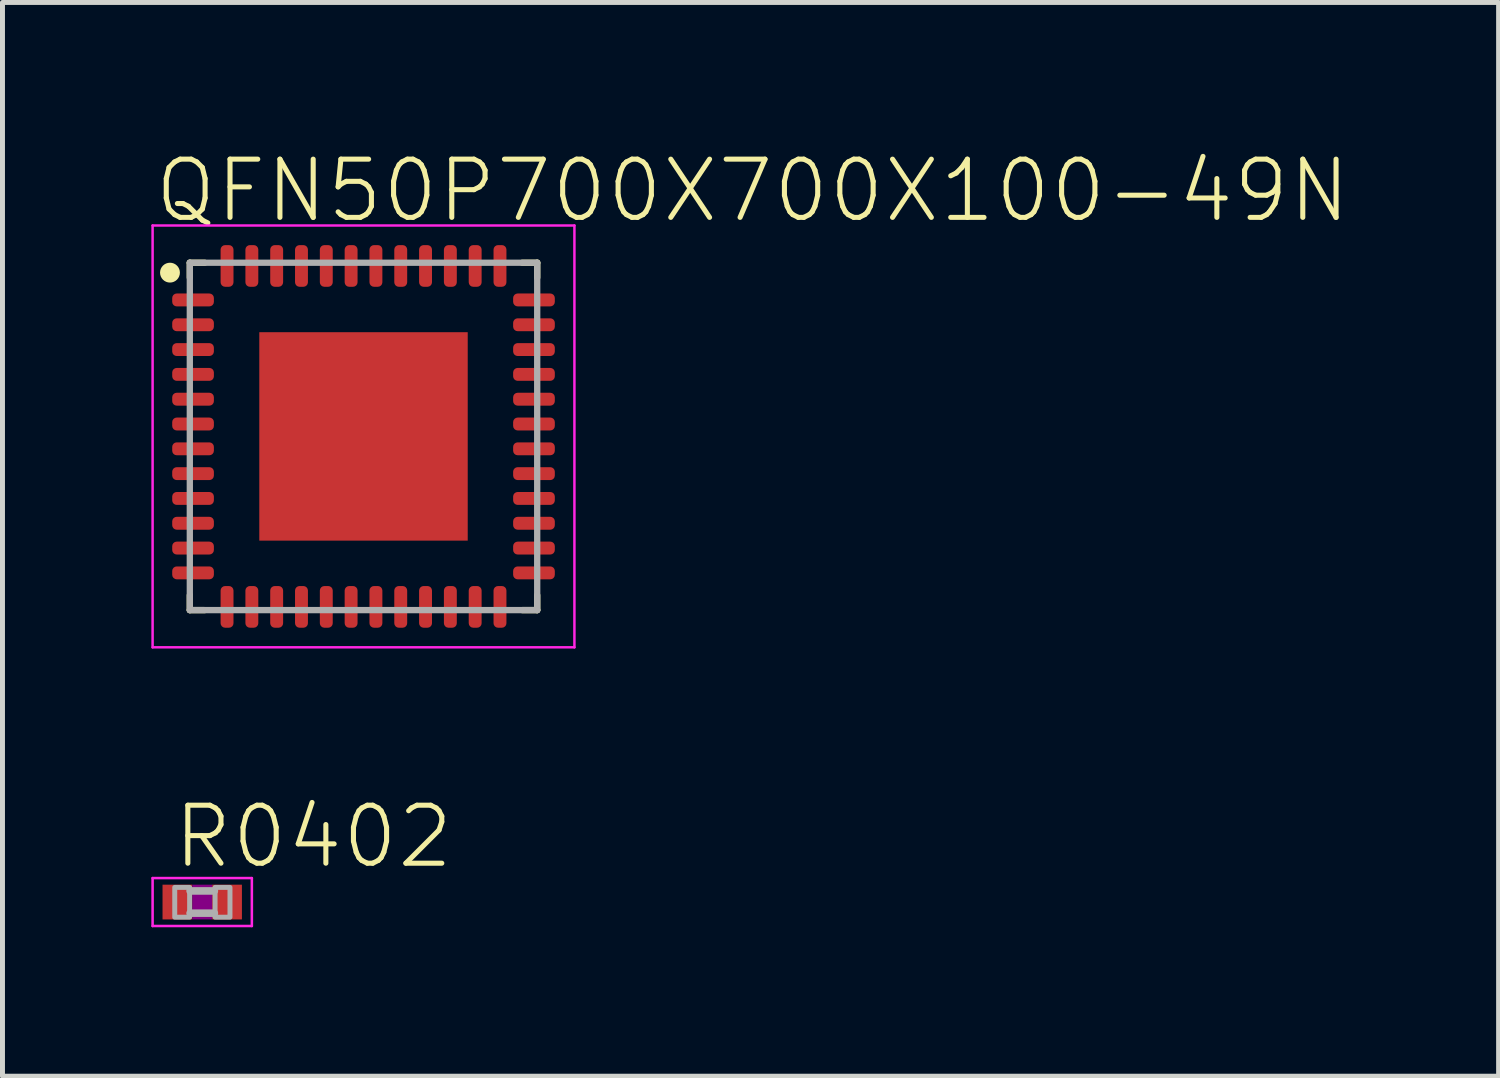
<source format=kicad_pcb>
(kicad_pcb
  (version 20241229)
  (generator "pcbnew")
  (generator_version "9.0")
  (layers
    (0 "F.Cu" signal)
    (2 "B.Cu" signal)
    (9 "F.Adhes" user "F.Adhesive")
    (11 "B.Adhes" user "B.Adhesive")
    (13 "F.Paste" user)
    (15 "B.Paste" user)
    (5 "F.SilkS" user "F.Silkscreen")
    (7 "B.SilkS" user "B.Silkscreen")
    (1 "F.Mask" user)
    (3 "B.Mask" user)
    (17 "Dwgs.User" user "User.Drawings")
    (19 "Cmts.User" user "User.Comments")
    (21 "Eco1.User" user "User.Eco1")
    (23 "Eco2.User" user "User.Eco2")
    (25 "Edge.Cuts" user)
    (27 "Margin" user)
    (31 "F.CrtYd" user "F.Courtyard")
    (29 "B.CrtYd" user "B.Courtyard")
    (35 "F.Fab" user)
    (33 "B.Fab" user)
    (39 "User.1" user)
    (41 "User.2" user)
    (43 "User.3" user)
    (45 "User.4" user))
  (footprint "QFN50P700X700X100-49N"
    (layer "F.Cu")
    (at 4.275 5.744)
    (property "Reference" "QFN50P700X700X100-49N" (at -4.265 -4.265 0) (unlocked yes) (layer "F.SilkS") (effects (font (size 1.173 1.173) (thickness 0.102)) (justify left bottom)))
    (fp_line (start -3.5 -3.5) (end -3.5 -3.2) (stroke (width 0.127) (type solid)) (layer "F.SilkS"))
    (fp_line (start -3.5 -3.5) (end -3.2 -3.5) (stroke (width 0.127) (type solid)) (layer "F.SilkS"))
    (fp_line (start -3.5 3.5) (end -3.5 3.2) (stroke (width 0.127) (type solid)) (layer "F.SilkS"))
    (fp_line (start -3.5 3.5) (end -3.2 3.5) (stroke (width 0.127) (type solid)) (layer "F.SilkS"))
    (fp_line (start 3.5 -3.5) (end 3.2 -3.5) (stroke (width 0.127) (type solid)) (layer "F.SilkS"))
    (fp_line (start 3.5 -3.5) (end 3.5 -3.2) (stroke (width 0.127) (type solid)) (layer "F.SilkS"))
    (fp_line (start 3.5 3.5) (end 3.2 3.5) (stroke (width 0.127) (type solid)) (layer "F.SilkS"))
    (fp_line (start 3.5 3.5) (end 3.5 3.2) (stroke (width 0.127) (type solid)) (layer "F.SilkS"))
    (fp_circle (center -3.9 -3.3) (end -3.8 -3.3) (stroke (width 0.2) (type solid)) (fill no) (layer "F.SilkS"))
    (fp_poly (pts (xy -0.315 -0.307) (xy -0.315 -1.805) (xy -1.803 -1.805) (xy -1.803 -0.307)) (stroke (width 0) (type default)) (fill yes) (layer "F.Paste"))
    (fp_poly (pts (xy -0.31 0.31) (xy -1.801 0.31) (xy -1.801 1.801) (xy -0.31 1.801)) (stroke (width 0) (type default)) (fill yes) (layer "F.Paste"))
    (fp_poly (pts (xy 0.307 0.314) (xy 0.307 1.803) (xy 1.804 1.803) (xy 1.804 0.314)) (stroke (width 0) (type default)) (fill yes) (layer "F.Paste"))
    (fp_poly (pts (xy 0.31 -0.31) (xy 1.8 -0.31) (xy 1.8 -1.8) (xy 0.31 -1.8)) (stroke (width 0) (type default)) (fill yes) (layer "F.Paste"))
    (fp_line (start -4.25 -4.25) (end 4.25 -4.25) (stroke (width 0.05) (type solid)) (layer "F.CrtYd"))
    (fp_line (start -4.25 4.25) (end -4.25 -4.25) (stroke (width 0.05) (type solid)) (layer "F.CrtYd"))
    (fp_line (start 4.25 -4.25) (end 4.25 4.25) (stroke (width 0.05) (type solid)) (layer "F.CrtYd"))
    (fp_line (start 4.25 4.25) (end -4.25 4.25) (stroke (width 0.05) (type solid)) (layer "F.CrtYd"))
    (fp_line (start -3.5 -3.5) (end 3.5 -3.5) (stroke (width 0.127) (type solid)) (layer "F.Fab"))
    (fp_line (start -3.5 3.5) (end -3.5 -3.5) (stroke (width 0.127) (type solid)) (layer "F.Fab"))
    (fp_line (start 3.5 -3.5) (end 3.5 3.5) (stroke (width 0.127) (type solid)) (layer "F.Fab"))
    (fp_line (start 3.5 3.5) (end -3.5 3.5) (stroke (width 0.127) (type solid)) (layer "F.Fab"))
    (pad "1" smd roundrect (at -3.435 -2.75) (size 0.84 0.26) (layers "F.Cu" "F.Mask" "F.Paste") (roundrect_rratio 0.35))
    (pad "2" smd roundrect (at -3.435 -2.25) (size 0.84 0.26) (layers "F.Cu" "F.Mask" "F.Paste") (roundrect_rratio 0.35))
    (pad "3" smd roundrect (at -3.435 -1.75) (size 0.84 0.26) (layers "F.Cu" "F.Mask" "F.Paste") (roundrect_rratio 0.35))
    (pad "4" smd roundrect (at -3.435 -1.25) (size 0.84 0.26) (layers "F.Cu" "F.Mask" "F.Paste") (roundrect_rratio 0.35))
    (pad "5" smd roundrect (at -3.435 -0.75) (size 0.84 0.26) (layers "F.Cu" "F.Mask" "F.Paste") (roundrect_rratio 0.35))
    (pad "6" smd roundrect (at -3.435 -0.25) (size 0.84 0.26) (layers "F.Cu" "F.Mask" "F.Paste") (roundrect_rratio 0.35))
    (pad "7" smd roundrect (at -3.435 0.25) (size 0.84 0.26) (layers "F.Cu" "F.Mask" "F.Paste") (roundrect_rratio 0.35))
    (pad "8" smd roundrect (at -3.435 0.75) (size 0.84 0.26) (layers "F.Cu" "F.Mask" "F.Paste") (roundrect_rratio 0.35))
    (pad "9" smd roundrect (at -3.435 1.25) (size 0.84 0.26) (layers "F.Cu" "F.Mask" "F.Paste") (roundrect_rratio 0.35))
    (pad "10" smd roundrect (at -3.435 1.75) (size 0.84 0.26) (layers "F.Cu" "F.Mask" "F.Paste") (roundrect_rratio 0.35))
    (pad "11" smd roundrect (at -3.435 2.25) (size 0.84 0.26) (layers "F.Cu" "F.Mask" "F.Paste") (roundrect_rratio 0.35))
    (pad "12" smd roundrect (at -3.435 2.75) (size 0.84 0.26) (layers "F.Cu" "F.Mask" "F.Paste") (roundrect_rratio 0.35))
    (pad "13" smd roundrect (at -2.75 3.435 90) (size 0.84 0.26) (layers "F.Cu" "F.Mask" "F.Paste") (roundrect_rratio 0.35))
    (pad "14" smd roundrect (at -2.25 3.435 90) (size 0.84 0.26) (layers "F.Cu" "F.Mask" "F.Paste") (roundrect_rratio 0.35))
    (pad "15" smd roundrect (at -1.75 3.435 90) (size 0.84 0.26) (layers "F.Cu" "F.Mask" "F.Paste") (roundrect_rratio 0.35))
    (pad "16" smd roundrect (at -1.25 3.435 90) (size 0.84 0.26) (layers "F.Cu" "F.Mask" "F.Paste") (roundrect_rratio 0.35))
    (pad "17" smd roundrect (at -0.75 3.435 90) (size 0.84 0.26) (layers "F.Cu" "F.Mask" "F.Paste") (roundrect_rratio 0.35))
    (pad "18" smd roundrect (at -0.25 3.435 90) (size 0.84 0.26) (layers "F.Cu" "F.Mask" "F.Paste") (roundrect_rratio 0.35))
    (pad "19" smd roundrect (at 0.25 3.435 90) (size 0.84 0.26) (layers "F.Cu" "F.Mask" "F.Paste") (roundrect_rratio 0.35))
    (pad "20" smd roundrect (at 0.75 3.435 90) (size 0.84 0.26) (layers "F.Cu" "F.Mask" "F.Paste") (roundrect_rratio 0.35))
    (pad "21" smd roundrect (at 1.25 3.435 90) (size 0.84 0.26) (layers "F.Cu" "F.Mask" "F.Paste") (roundrect_rratio 0.35))
    (pad "22" smd roundrect (at 1.75 3.435 90) (size 0.84 0.26) (layers "F.Cu" "F.Mask" "F.Paste") (roundrect_rratio 0.35))
    (pad "23" smd roundrect (at 2.25 3.435 90) (size 0.84 0.26) (layers "F.Cu" "F.Mask" "F.Paste") (roundrect_rratio 0.35))
    (pad "24" smd roundrect (at 2.75 3.435 90) (size 0.84 0.26) (layers "F.Cu" "F.Mask" "F.Paste") (roundrect_rratio 0.35))
    (pad "25" smd roundrect (at 3.435 2.75 180) (size 0.84 0.26) (layers "F.Cu" "F.Mask" "F.Paste") (roundrect_rratio 0.35))
    (pad "26" smd roundrect (at 3.435 2.25 180) (size 0.84 0.26) (layers "F.Cu" "F.Mask" "F.Paste") (roundrect_rratio 0.35))
    (pad "27" smd roundrect (at 3.435 1.75 180) (size 0.84 0.26) (layers "F.Cu" "F.Mask" "F.Paste") (roundrect_rratio 0.35))
    (pad "28" smd roundrect (at 3.435 1.25 180) (size 0.84 0.26) (layers "F.Cu" "F.Mask" "F.Paste") (roundrect_rratio 0.35))
    (pad "29" smd roundrect (at 3.435 0.75 180) (size 0.84 0.26) (layers "F.Cu" "F.Mask" "F.Paste") (roundrect_rratio 0.35))
    (pad "30" smd roundrect (at 3.435 0.25 180) (size 0.84 0.26) (layers "F.Cu" "F.Mask" "F.Paste") (roundrect_rratio 0.35))
    (pad "31" smd roundrect (at 3.435 -0.25 180) (size 0.84 0.26) (layers "F.Cu" "F.Mask" "F.Paste") (roundrect_rratio 0.35))
    (pad "32" smd roundrect (at 3.435 -0.75 180) (size 0.84 0.26) (layers "F.Cu" "F.Mask" "F.Paste") (roundrect_rratio 0.35))
    (pad "33" smd roundrect (at 3.435 -1.25 180) (size 0.84 0.26) (layers "F.Cu" "F.Mask" "F.Paste") (roundrect_rratio 0.35))
    (pad "34" smd roundrect (at 3.435 -1.75 180) (size 0.84 0.26) (layers "F.Cu" "F.Mask" "F.Paste") (roundrect_rratio 0.35))
    (pad "35" smd roundrect (at 3.435 -2.25 180) (size 0.84 0.26) (layers "F.Cu" "F.Mask" "F.Paste") (roundrect_rratio 0.35))
    (pad "36" smd roundrect (at 3.435 -2.75 180) (size 0.84 0.26) (layers "F.Cu" "F.Mask" "F.Paste") (roundrect_rratio 0.35))
    (pad "37" smd roundrect (at 2.75 -3.435 270) (size 0.84 0.26) (layers "F.Cu" "F.Mask" "F.Paste") (roundrect_rratio 0.35))
    (pad "38" smd roundrect (at 2.25 -3.435 270) (size 0.84 0.26) (layers "F.Cu" "F.Mask" "F.Paste") (roundrect_rratio 0.35))
    (pad "39" smd roundrect (at 1.75 -3.435 270) (size 0.84 0.26) (layers "F.Cu" "F.Mask" "F.Paste") (roundrect_rratio 0.35))
    (pad "40" smd roundrect (at 1.25 -3.435 270) (size 0.84 0.26) (layers "F.Cu" "F.Mask" "F.Paste") (roundrect_rratio 0.35))
    (pad "41" smd roundrect (at 0.75 -3.435 270) (size 0.84 0.26) (layers "F.Cu" "F.Mask" "F.Paste") (roundrect_rratio 0.35))
    (pad "42" smd roundrect (at 0.25 -3.435 270) (size 0.84 0.26) (layers "F.Cu" "F.Mask" "F.Paste") (roundrect_rratio 0.35))
    (pad "43" smd roundrect (at -0.25 -3.435 270) (size 0.84 0.26) (layers "F.Cu" "F.Mask" "F.Paste") (roundrect_rratio 0.35))
    (pad "44" smd roundrect (at -0.75 -3.435 270) (size 0.84 0.26) (layers "F.Cu" "F.Mask" "F.Paste") (roundrect_rratio 0.35))
    (pad "45" smd roundrect (at -1.25 -3.435 270) (size 0.84 0.26) (layers "F.Cu" "F.Mask" "F.Paste") (roundrect_rratio 0.35))
    (pad "46" smd roundrect (at -1.75 -3.435 270) (size 0.84 0.26) (layers "F.Cu" "F.Mask" "F.Paste") (roundrect_rratio 0.35))
    (pad "47" smd roundrect (at -2.25 -3.435 270) (size 0.84 0.26) (layers "F.Cu" "F.Mask" "F.Paste") (roundrect_rratio 0.35))
    (pad "48" smd roundrect (at -2.75 -3.435 270) (size 0.84 0.26) (layers "F.Cu" "F.Mask" "F.Paste") (roundrect_rratio 0.35))
    (pad "49" smd rect (at 0 0) (size 4.2 4.2) (layers "F.Cu" "F.Mask")))
  (footprint "R0402"
    (layer "F.Cu")
    (at 1.025 15.127)
    (property "Reference" "R0402" (at -0.635 -0.635 0) (unlocked yes) (layer "F.SilkS") (effects (font (size 1.168 1.168) (thickness 0.102)) (justify left bottom)))
    (fp_poly (pts (xy -0.2 0.35) (xy 0.2 0.35) (xy 0.2 -0.35) (xy -0.2 -0.35)) (stroke (width 0) (type default)) (fill yes) (layer "F.Adhes"))
    (fp_line (start -1 -0.483) (end 1 -0.483) (stroke (width 0.051) (type solid)) (layer "F.CrtYd"))
    (fp_line (start -1 0.483) (end -1 -0.483) (stroke (width 0.051) (type solid)) (layer "F.CrtYd"))
    (fp_line (start 1 -0.483) (end 1 0.483) (stroke (width 0.051) (type solid)) (layer "F.CrtYd"))
    (fp_line (start 1 0.483) (end -1 0.483) (stroke (width 0.051) (type solid)) (layer "F.CrtYd"))
    (fp_line (start -0.245 -0.224) (end 0.245 -0.224) (stroke (width 0.152) (type solid)) (layer "F.Fab"))
    (fp_line (start 0.245 0.224) (end -0.245 0.224) (stroke (width 0.152) (type solid)) (layer "F.Fab"))
    (fp_poly (pts (xy -0.554 0.305) (xy -0.254 0.305) (xy -0.254 -0.295) (xy -0.554 -0.295)) (stroke (width 0.1) (type default)) (fill no) (layer "F.Fab"))
    (fp_poly (pts (xy 0.259 0.305) (xy 0.559 0.305) (xy 0.559 -0.295) (xy 0.259 -0.295)) (stroke (width 0.1) (type default)) (fill no) (layer "F.Fab"))
    (pad "1" smd rect (at -0.5 0) (size 0.6 0.7) (layers "F.Cu" "F.Mask" "F.Paste"))
    (pad "2" smd rect (at 0.5 0) (size 0.6 0.7) (layers "F.Cu" "F.Mask" "F.Paste")))
  (gr_rect
    (start -3 -3)
    (end 27.148 18.636)
    (stroke (width 0.1) (type default))
    (fill no)
    (layer "Edge.Cuts")))
</source>
